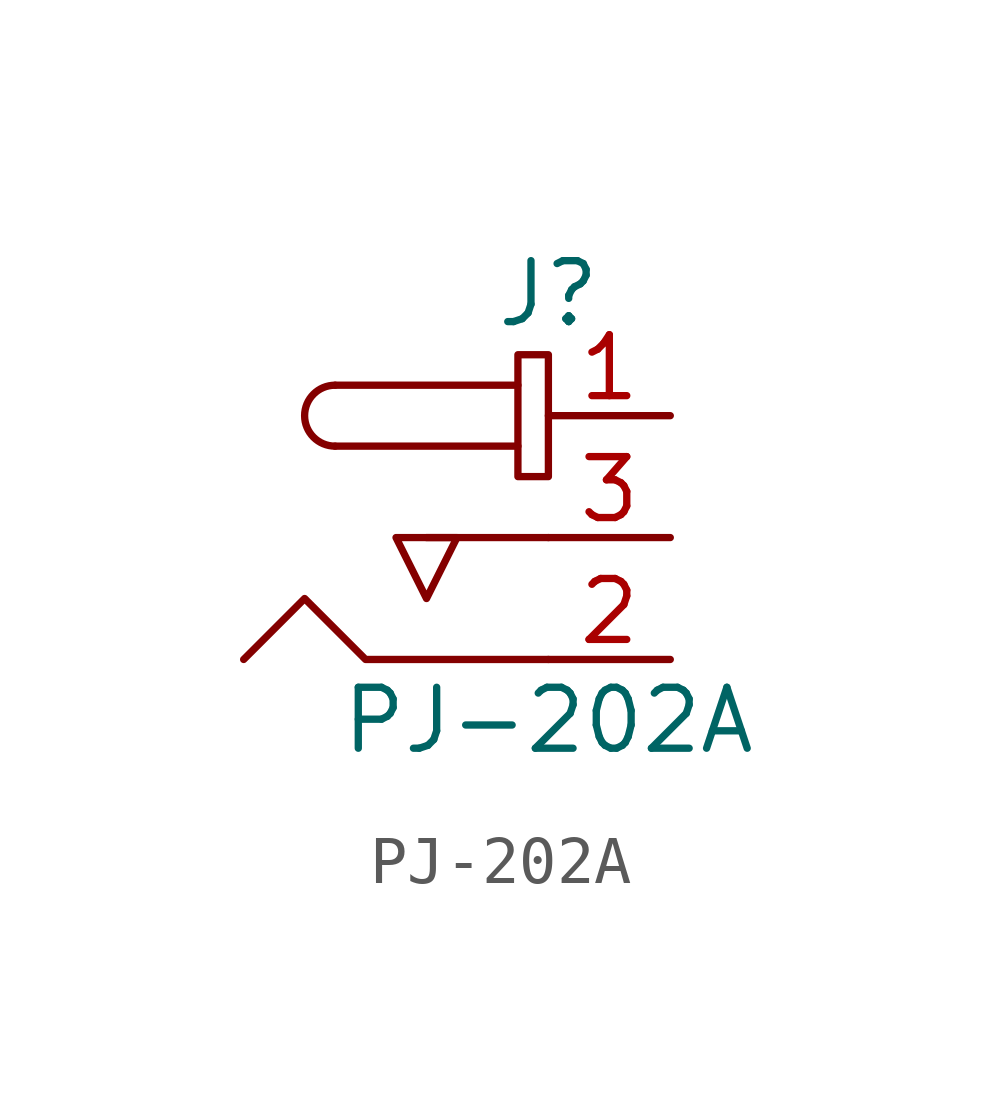
<source format=kicad_sym>
(kicad_symbol_lib
  (version 20201005)
  (generator kicad_symbol_editor)
  (symbol "PJ-202A"
    (pin_names
      (offset 1.016))
    (property "Reference" "J"
      (at 0 2.54 0)
      (effects (font (size 1.27 1.27))))
    (property "Value" "PJ-202A"
      (at 0 -6.35 0)
      (effects (font (size 1.27 1.27))))
    (symbol "PJ-202A_1_1"
      (arc (start -4.445 0.635) (end -4.445 -0.635) (radius (at -4.445 0) (length 0.635) (angles 90.1 -90.1)) (stroke (width 0)) (fill (type none)))
      (rectangle (start -0.635 1.27) (end 0 -1.27) (stroke (width 0)) (fill (type none)))
      (polyline (pts (xy -0.635 -0.635) (xy -4.445 -0.635)) (stroke (width 0)) (fill (type none)))
      (polyline (pts (xy -0.635 0.635) (xy -4.445 0.635)) (stroke (width 0)) (fill (type none)))
      (polyline (pts (xy 0 -2.54) (xy -1.27 -2.54) (xy -2.54 -2.54)) (stroke (width 0)) (fill (type none)))
      (polyline (pts (xy 0 -5.08) (xy -3.81 -5.08) (xy -5.08 -3.81) (xy -6.35 -5.08)) (stroke (width 0)) (fill (type none)))
      (polyline (pts (xy -2.54 -2.54) (xy -3.175 -2.54) (xy -2.54 -3.81) (xy -1.905 -2.54) (xy -2.54 -2.54)) (stroke (width 0)) (fill (type none)))
      (pin passive line (at 2.54 0 180) (length 2.54) (name "~" (effects (font (size 1.27 1.27)))) (number "1" (effects (font (size 1.27 1.27)))))
      (pin passive line (at 2.54 -5.08 180) (length 2.54) (name "~" (effects (font (size 1.27 1.27)))) (number "2" (effects (font (size 1.27 1.27)))))
      (pin passive line (at 2.54 -2.54 180) (length 2.54) (name "~" (effects (font (size 1.27 1.27)))) (number "3" (effects (font (size 1.27 1.27))))))))
</source>
